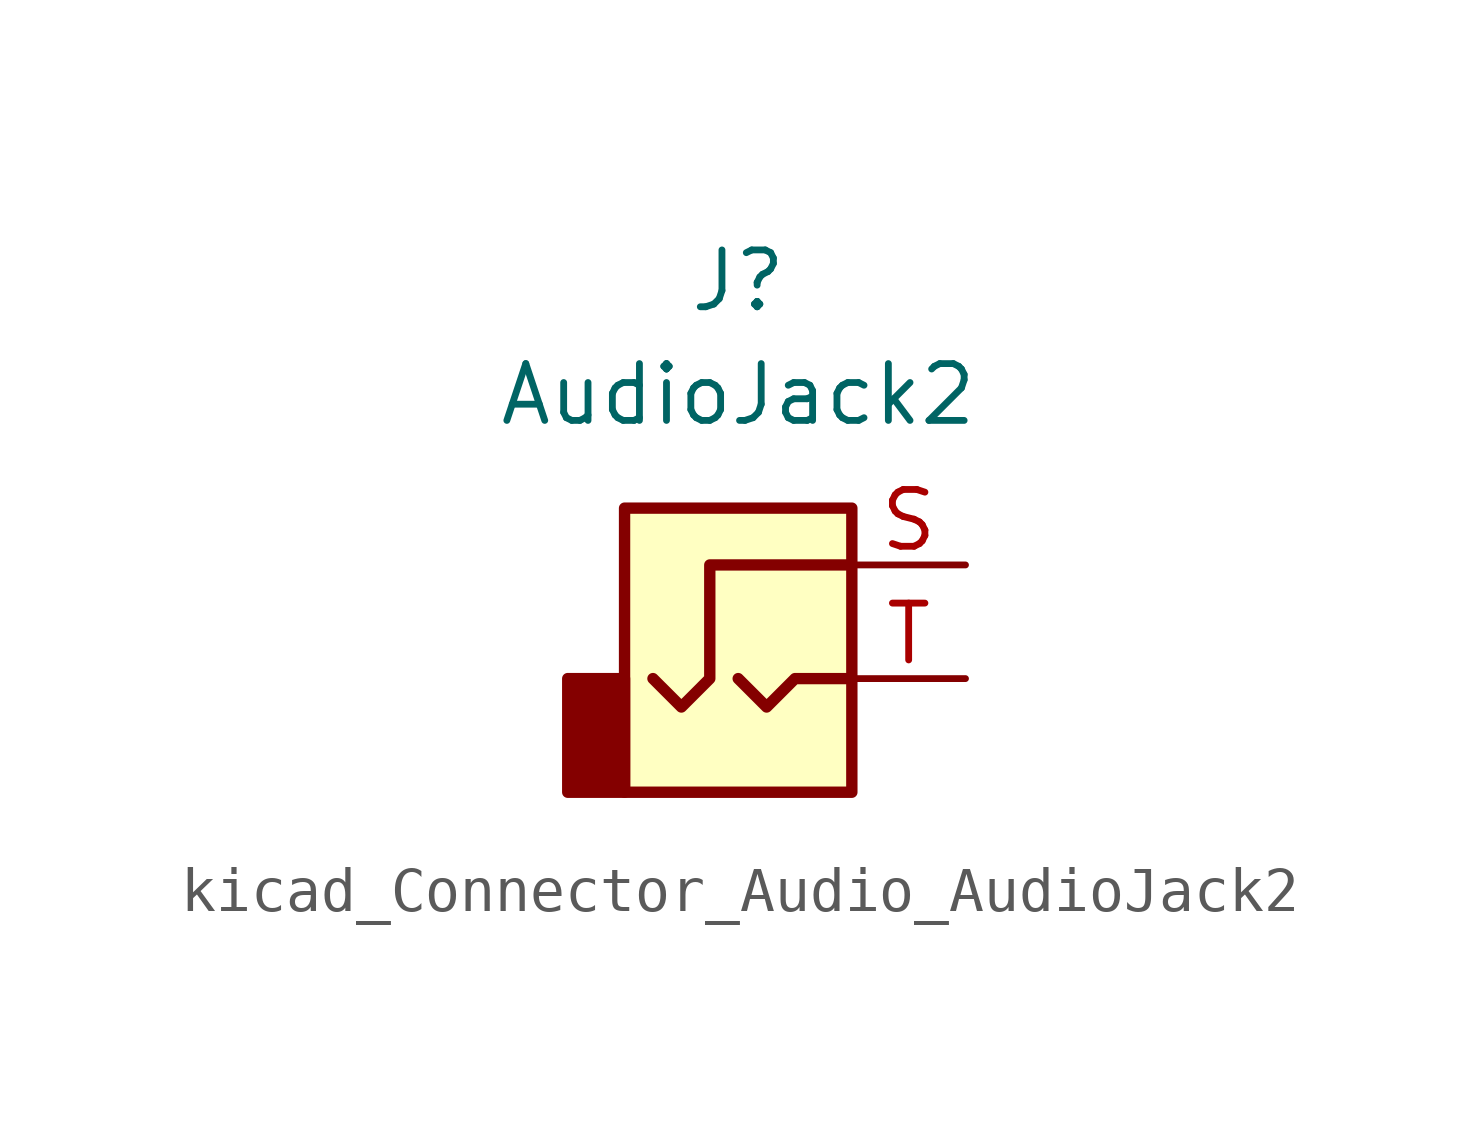
<source format=kicad_sym>
(kicad_symbol_lib
  (version 20220914)
  (generator kicad_symbol_editor)
  (symbol "kicad_Connector_Audio_AudioJack2"
    (property "Reference" "J"
      (at 0 8.89 0)
      (effects (font (size 1.27 1.27))))
    (property "Value" "AudioJack2"
      (at 0 6.35 0)
      (effects (font (size 1.27 1.27))))
    (symbol "kicad_Connector_Audio_AudioJack2_0_1"
      (rectangle (start -3.81 0) (end -2.54 -2.54) (stroke (width 0.254) (type default)) (fill (type outline)))
      (rectangle (start -2.54 3.81) (end 2.54 -2.54) (stroke (width 0.254) (type default)) (fill (type background)))
      (polyline (pts (xy 0 0) (xy 0.635 -0.635) (xy 1.27 0) (xy 2.54 0)) (stroke (width 0.254) (type default)) (fill (type none)))
      (polyline (pts (xy 2.54 2.54) (xy -0.635 2.54) (xy -0.635 0) (xy -1.27 -0.635) (xy -1.905 0)) (stroke (width 0.254) (type default)) (fill (type none))))
    (symbol "kicad_Connector_Audio_AudioJack2_1_1"
      (pin passive line (at 5.08 2.54 180) (length 2.54) (name "~" (effects (font (size 1.27 1.27)))) (number "S" (effects (font (size 1.27 1.27)))))
      (pin passive line (at 5.08 0 180) (length 2.54) (name "~" (effects (font (size 1.27 1.27)))) (number "T" (effects (font (size 1.27 1.27))))))))
</source>
